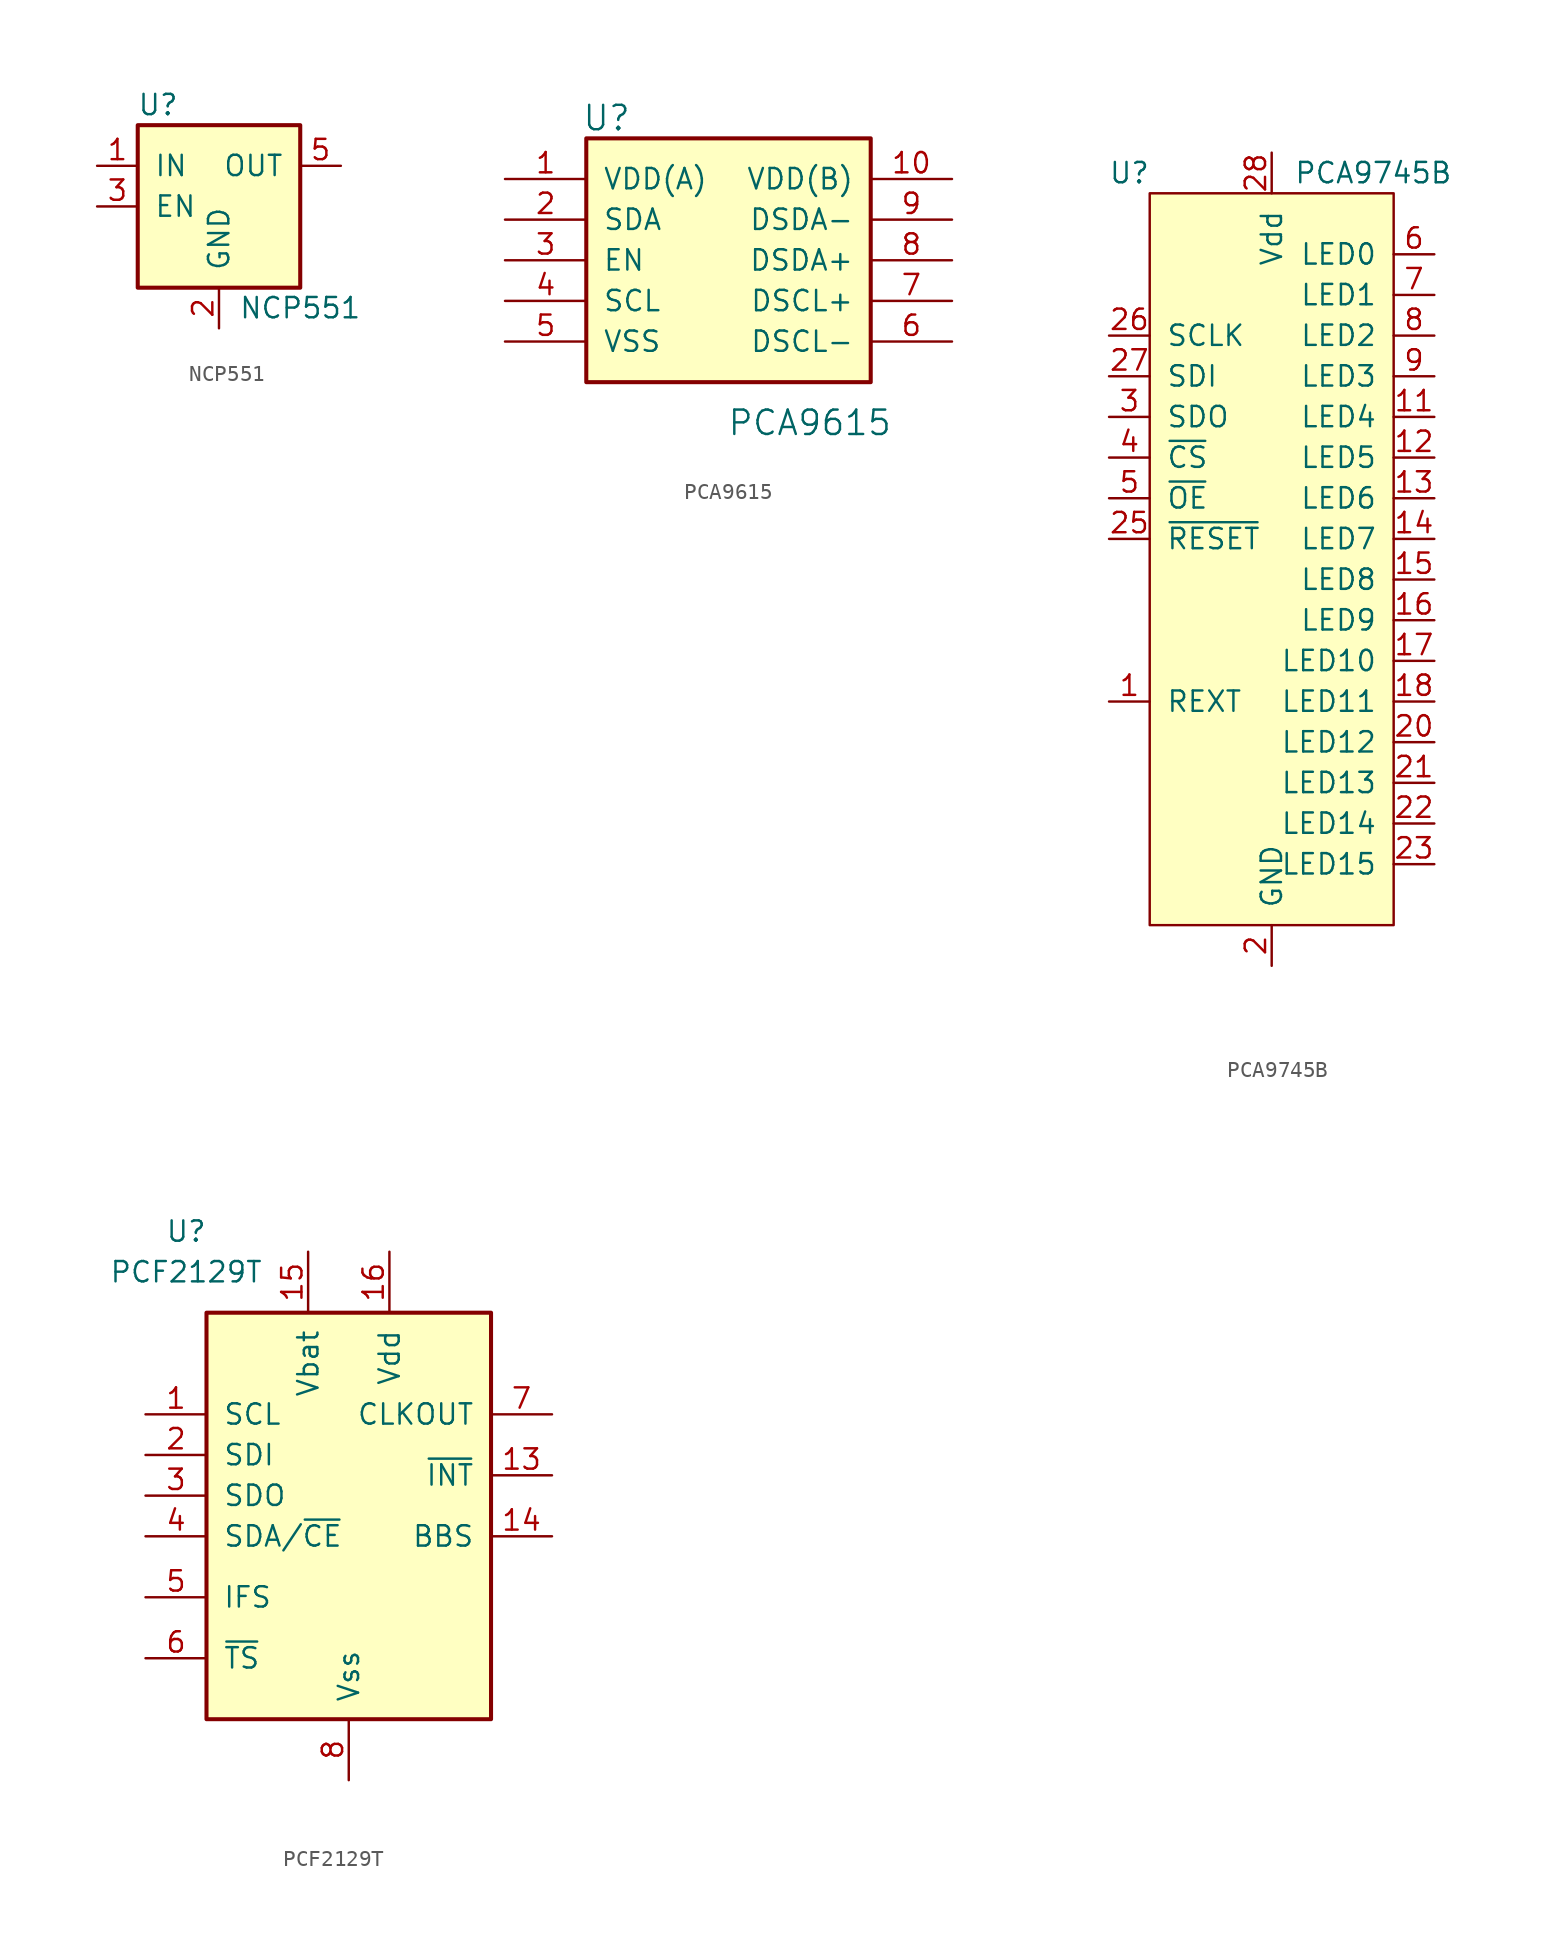
<source format=kicad_sym>
(kicad_symbol_lib
  (version 20211014)
  (generator kicad_symbol_editor)
  (symbol "NCP551"
    (pin_names
      (offset 1.016))
    (property "Reference" "U"
      (at -3.81 6.35 0)
      (effects (font (size 1.27 1.27))))
    (property "Value" "NCP551"
      (at 5.08 -6.35 0)
      (effects (font (size 1.27 1.27))))
    (symbol "NCP551_1_1"
      (rectangle (start -5.08 5.08) (end 5.08 -5.08) (stroke (width 0.254) (type default) (color 0 0 0 0)) (fill (type background)))
      (pin power_in line (at -7.62 2.54 0) (length 2.54) (name "IN" (effects (font (size 1.27 1.27)))) (number "1" (effects (font (size 1.27 1.27)))))
      (pin power_in line (at 0 -7.62 90) (length 2.54) (name "GND" (effects (font (size 1.27 1.27)))) (number "2" (effects (font (size 1.27 1.27)))))
      (pin input line (at -7.62 0 0) (length 2.54) (name "EN" (effects (font (size 1.27 1.27)))) (number "3" (effects (font (size 1.27 1.27)))))
      (pin no_connect line (at 5.08 0 180) (length 2.54) hide (name "NC" (effects (font (size 1.27 1.27)))) (number "4" (effects (font (size 1.27 1.27)))))
      (pin power_out line (at 7.62 2.54 180) (length 2.54) (name "OUT" (effects (font (size 1.27 1.27)))) (number "5" (effects (font (size 1.27 1.27)))))))
  (symbol "PCA9615"
    (pin_names
      (offset 1.016))
    (property "Reference" "U"
      (at -7.62 8.89 0)
      (effects (font (size 1.524 1.524))))
    (property "Value" "PCA9615"
      (at 5.08 -10.16 0)
      (effects (font (size 1.524 1.524))))
    (symbol "PCA9615_0_1"
      (rectangle (start -8.89 7.62) (end 8.89 -7.62) (stroke (width 0.254) (type default) (color 0 0 0 0)) (fill (type background))))
    (symbol "PCA9615_1_1"
      (pin power_in line (at -13.97 5.08 0) (length 5.08) (name "VDD(A)" (effects (font (size 1.27 1.27)))) (number "1" (effects (font (size 1.27 1.27)))))
      (pin power_in line (at 13.97 5.08 180) (length 5.08) (name "VDD(B)" (effects (font (size 1.27 1.27)))) (number "10" (effects (font (size 1.27 1.27)))))
      (pin bidirectional line (at -13.97 2.54 0) (length 5.08) (name "SDA" (effects (font (size 1.27 1.27)))) (number "2" (effects (font (size 1.27 1.27)))))
      (pin input line (at -13.97 0 0) (length 5.08) (name "EN" (effects (font (size 1.27 1.27)))) (number "3" (effects (font (size 1.27 1.27)))))
      (pin bidirectional line (at -13.97 -2.54 0) (length 5.08) (name "SCL" (effects (font (size 1.27 1.27)))) (number "4" (effects (font (size 1.27 1.27)))))
      (pin power_in line (at -13.97 -5.08 0) (length 5.08) (name "VSS" (effects (font (size 1.27 1.27)))) (number "5" (effects (font (size 1.27 1.27)))))
      (pin bidirectional line (at 13.97 -5.08 180) (length 5.08) (name "DSCL-" (effects (font (size 1.27 1.27)))) (number "6" (effects (font (size 1.27 1.27)))))
      (pin bidirectional line (at 13.97 -2.54 180) (length 5.08) (name "DSCL+" (effects (font (size 1.27 1.27)))) (number "7" (effects (font (size 1.27 1.27)))))
      (pin bidirectional line (at 13.97 0 180) (length 5.08) (name "DSDA+" (effects (font (size 1.27 1.27)))) (number "8" (effects (font (size 1.27 1.27)))))
      (pin bidirectional line (at 13.97 2.54 180) (length 5.08) (name "DSDA-" (effects (font (size 1.27 1.27)))) (number "9" (effects (font (size 1.27 1.27)))))))
  (symbol "PCA9745B"
    (pin_names
      (offset 1.016))
    (property "Reference" "U"
      (at -8.89 24.13 0)
      (effects (font (size 1.27 1.27))))
    (property "Value" "PCA9745B"
      (at 6.35 24.13 0)
      (effects (font (size 1.27 1.27))))
    (symbol "PCA9745B_0_1"
      (rectangle (start -7.62 22.86) (end 7.62 -22.86) (stroke (width 0) (type default) (color 0 0 0 0)) (fill (type background))))
    (symbol "PCA9745B_1_1"
      (pin input line (at -10.16 -8.89 0) (length 2.54) (name "REXT" (effects (font (size 1.27 1.27)))) (number "1" (effects (font (size 1.27 1.27)))))
      (pin passive line (at 0 -25.4 90) (length 2.54) hide (name "GND" (effects (font (size 1.27 1.27)))) (number "10" (effects (font (size 1.27 1.27)))))
      (pin output line (at 10.16 8.89 180) (length 2.54) (name "LED4" (effects (font (size 1.27 1.27)))) (number "11" (effects (font (size 1.27 1.27)))))
      (pin output line (at 10.16 6.35 180) (length 2.54) (name "LED5" (effects (font (size 1.27 1.27)))) (number "12" (effects (font (size 1.27 1.27)))))
      (pin output line (at 10.16 3.81 180) (length 2.54) (name "LED6" (effects (font (size 1.27 1.27)))) (number "13" (effects (font (size 1.27 1.27)))))
      (pin output line (at 10.16 1.27 180) (length 2.54) (name "LED7" (effects (font (size 1.27 1.27)))) (number "14" (effects (font (size 1.27 1.27)))))
      (pin output line (at 10.16 -1.27 180) (length 2.54) (name "LED8" (effects (font (size 1.27 1.27)))) (number "15" (effects (font (size 1.27 1.27)))))
      (pin output line (at 10.16 -3.81 180) (length 2.54) (name "LED9" (effects (font (size 1.27 1.27)))) (number "16" (effects (font (size 1.27 1.27)))))
      (pin output line (at 10.16 -6.35 180) (length 2.54) (name "LED10" (effects (font (size 1.27 1.27)))) (number "17" (effects (font (size 1.27 1.27)))))
      (pin output line (at 10.16 -8.89 180) (length 2.54) (name "LED11" (effects (font (size 1.27 1.27)))) (number "18" (effects (font (size 1.27 1.27)))))
      (pin passive line (at 0 -25.4 90) (length 2.54) hide (name "GND" (effects (font (size 1.27 1.27)))) (number "19" (effects (font (size 1.27 1.27)))))
      (pin power_in line (at 0 -25.4 90) (length 2.54) (name "GND" (effects (font (size 1.27 1.27)))) (number "2" (effects (font (size 1.27 1.27)))))
      (pin output line (at 10.16 -11.43 180) (length 2.54) (name "LED12" (effects (font (size 1.27 1.27)))) (number "20" (effects (font (size 1.27 1.27)))))
      (pin output line (at 10.16 -13.97 180) (length 2.54) (name "LED13" (effects (font (size 1.27 1.27)))) (number "21" (effects (font (size 1.27 1.27)))))
      (pin output line (at 10.16 -16.51 180) (length 2.54) (name "LED14" (effects (font (size 1.27 1.27)))) (number "22" (effects (font (size 1.27 1.27)))))
      (pin output line (at 10.16 -19.05 180) (length 2.54) (name "LED15" (effects (font (size 1.27 1.27)))) (number "23" (effects (font (size 1.27 1.27)))))
      (pin passive line (at 0 -25.4 90) (length 2.54) hide (name "GND" (effects (font (size 1.27 1.27)))) (number "24" (effects (font (size 1.27 1.27)))))
      (pin input line (at -10.16 1.27 0) (length 2.54) (name "~{RESET}" (effects (font (size 1.27 1.27)))) (number "25" (effects (font (size 1.27 1.27)))))
      (pin input line (at -10.16 13.97 0) (length 2.54) (name "SCLK" (effects (font (size 1.27 1.27)))) (number "26" (effects (font (size 1.27 1.27)))))
      (pin input line (at -10.16 11.43 0) (length 2.54) (name "SDI" (effects (font (size 1.27 1.27)))) (number "27" (effects (font (size 1.27 1.27)))))
      (pin power_in line (at 0 25.4 270) (length 2.54) (name "Vdd" (effects (font (size 1.27 1.27)))) (number "28" (effects (font (size 1.27 1.27)))))
      (pin output line (at -10.16 8.89 0) (length 2.54) (name "SDO" (effects (font (size 1.27 1.27)))) (number "3" (effects (font (size 1.27 1.27)))))
      (pin input line (at -10.16 6.35 0) (length 2.54) (name "~{CS}" (effects (font (size 1.27 1.27)))) (number "4" (effects (font (size 1.27 1.27)))))
      (pin input line (at -10.16 3.81 0) (length 2.54) (name "~{OE}" (effects (font (size 1.27 1.27)))) (number "5" (effects (font (size 1.27 1.27)))))
      (pin output line (at 10.16 19.05 180) (length 2.54) (name "LED0" (effects (font (size 1.27 1.27)))) (number "6" (effects (font (size 1.27 1.27)))))
      (pin output line (at 10.16 16.51 180) (length 2.54) (name "LED1" (effects (font (size 1.27 1.27)))) (number "7" (effects (font (size 1.27 1.27)))))
      (pin output line (at 10.16 13.97 180) (length 2.54) (name "LED2" (effects (font (size 1.27 1.27)))) (number "8" (effects (font (size 1.27 1.27)))))
      (pin output line (at 10.16 11.43 180) (length 2.54) (name "LED3" (effects (font (size 1.27 1.27)))) (number "9" (effects (font (size 1.27 1.27)))))
      (pin passive line (at 0 -25.4 90) (length 2.54) hide (name "GND" (effects (font (size 1.27 1.27)))) (number "PADGND" (effects (font (size 1.27 1.27)))))))
  (symbol "PCF2129T"
    (pin_names
      (offset 1.016))
    (property "Reference" "U"
      (at -10.16 17.78 0)
      (effects (font (size 1.27 1.27))))
    (property "Value" "PCF2129T"
      (at -10.16 15.24 0)
      (effects (font (size 1.27 1.27))))
    (symbol "PCF2129T_0_1"
      (rectangle (start -8.89 12.7) (end 8.89 -12.7) (stroke (width 0.254) (type default) (color 0 0 0 0)) (fill (type background))))
    (symbol "PCF2129T_1_1"
      (pin input line (at -12.7 6.35 0) (length 3.81) (name "SCL" (effects (font (size 1.27 1.27)))) (number "1" (effects (font (size 1.27 1.27)))))
      (pin no_connect line (at 8.89 -6.35 180) (length 2.54) hide (name "NC" (effects (font (size 1.27 1.27)))) (number "10" (effects (font (size 1.27 1.27)))))
      (pin no_connect line (at 8.89 -8.89 180) (length 2.54) hide (name "NC" (effects (font (size 1.27 1.27)))) (number "11" (effects (font (size 1.27 1.27)))))
      (pin no_connect line (at 8.89 -11.43 180) (length 2.54) hide (name "NC" (effects (font (size 1.27 1.27)))) (number "12" (effects (font (size 1.27 1.27)))))
      (pin output line (at 12.7 2.54 180) (length 3.81) (name "~{INT}" (effects (font (size 1.27 1.27)))) (number "13" (effects (font (size 1.27 1.27)))))
      (pin power_out line (at 12.7 -1.27 180) (length 3.81) (name "BBS" (effects (font (size 1.27 1.27)))) (number "14" (effects (font (size 1.27 1.27)))))
      (pin power_in line (at -2.54 16.51 270) (length 3.81) (name "Vbat" (effects (font (size 1.27 1.27)))) (number "15" (effects (font (size 1.27 1.27)))))
      (pin power_in line (at 2.54 16.51 270) (length 3.81) (name "Vdd" (effects (font (size 1.27 1.27)))) (number "16" (effects (font (size 1.27 1.27)))))
      (pin input line (at -12.7 3.81 0) (length 3.81) (name "SDI" (effects (font (size 1.27 1.27)))) (number "2" (effects (font (size 1.27 1.27)))))
      (pin output line (at -12.7 1.27 0) (length 3.81) (name "SDO" (effects (font (size 1.27 1.27)))) (number "3" (effects (font (size 1.27 1.27)))))
      (pin bidirectional line (at -12.7 -1.27 0) (length 3.81) (name "SDA/~{CE}" (effects (font (size 1.27 1.27)))) (number "4" (effects (font (size 1.27 1.27)))))
      (pin input line (at -12.7 -5.08 0) (length 3.81) (name "IFS" (effects (font (size 1.27 1.27)))) (number "5" (effects (font (size 1.27 1.27)))))
      (pin input line (at -12.7 -8.89 0) (length 3.81) (name "~{TS}" (effects (font (size 1.27 1.27)))) (number "6" (effects (font (size 1.27 1.27)))))
      (pin output line (at 12.7 6.35 180) (length 3.81) (name "CLKOUT" (effects (font (size 1.27 1.27)))) (number "7" (effects (font (size 1.27 1.27)))))
      (pin power_in line (at 0 -16.51 90) (length 3.81) (name "Vss" (effects (font (size 1.27 1.27)))) (number "8" (effects (font (size 1.27 1.27)))))
      (pin no_connect line (at 8.89 -3.81 180) (length 2.54) hide (name "NC" (effects (font (size 1.27 1.27)))) (number "9" (effects (font (size 1.27 1.27))))))))
</source>
